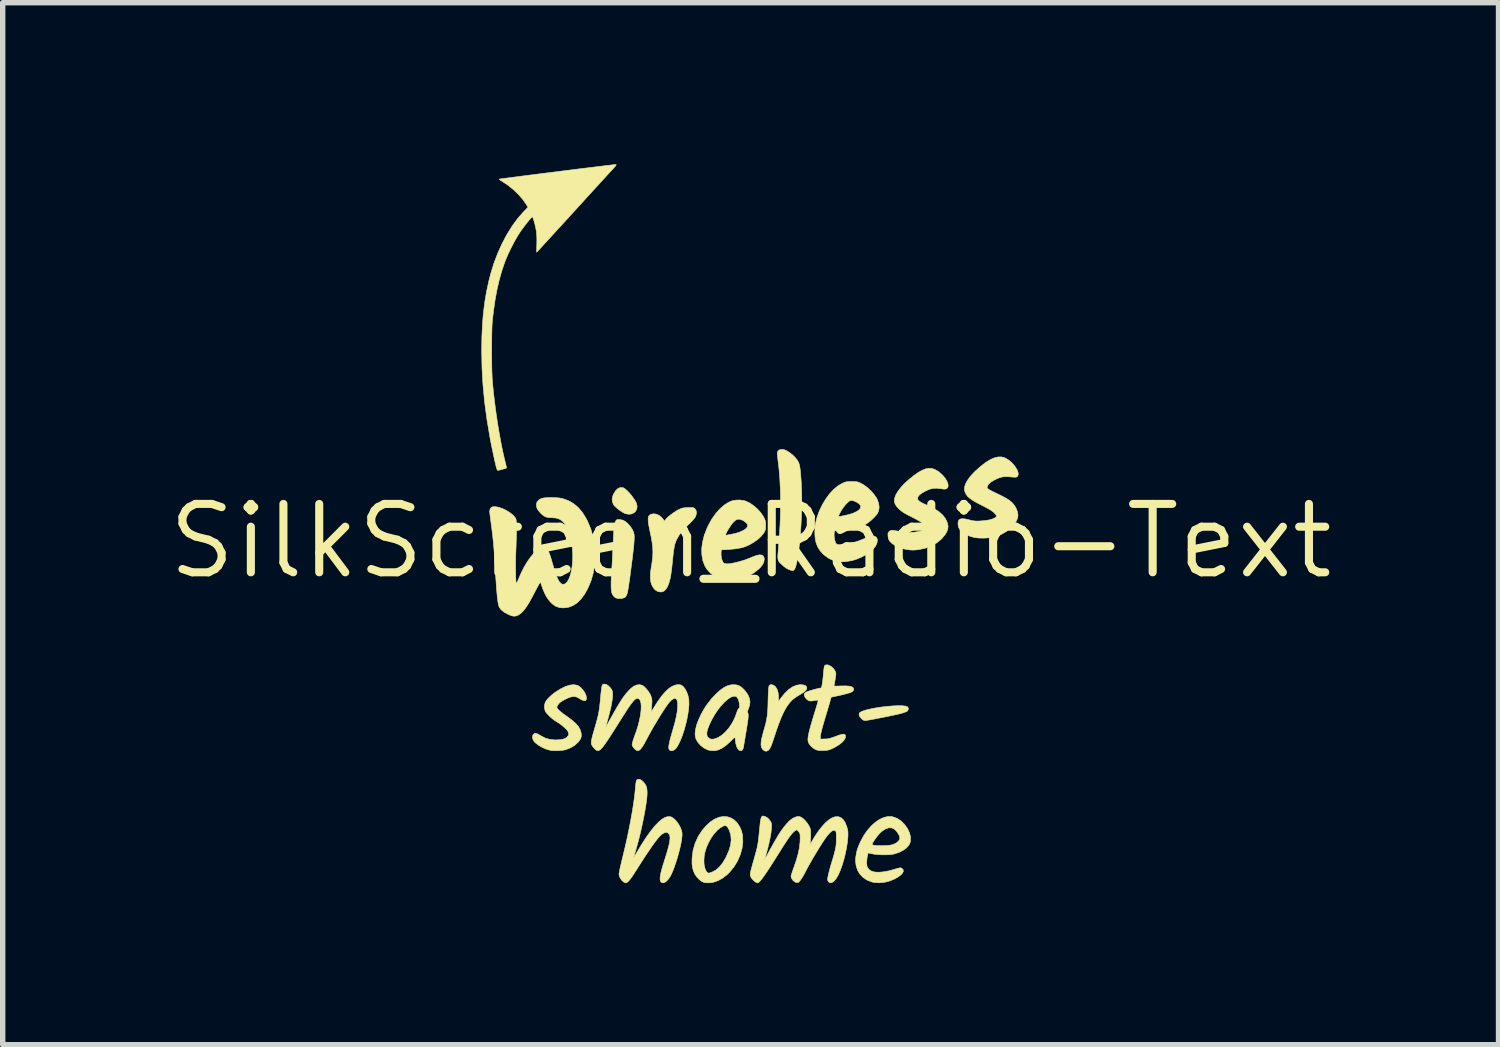
<source format=kicad_pcb>
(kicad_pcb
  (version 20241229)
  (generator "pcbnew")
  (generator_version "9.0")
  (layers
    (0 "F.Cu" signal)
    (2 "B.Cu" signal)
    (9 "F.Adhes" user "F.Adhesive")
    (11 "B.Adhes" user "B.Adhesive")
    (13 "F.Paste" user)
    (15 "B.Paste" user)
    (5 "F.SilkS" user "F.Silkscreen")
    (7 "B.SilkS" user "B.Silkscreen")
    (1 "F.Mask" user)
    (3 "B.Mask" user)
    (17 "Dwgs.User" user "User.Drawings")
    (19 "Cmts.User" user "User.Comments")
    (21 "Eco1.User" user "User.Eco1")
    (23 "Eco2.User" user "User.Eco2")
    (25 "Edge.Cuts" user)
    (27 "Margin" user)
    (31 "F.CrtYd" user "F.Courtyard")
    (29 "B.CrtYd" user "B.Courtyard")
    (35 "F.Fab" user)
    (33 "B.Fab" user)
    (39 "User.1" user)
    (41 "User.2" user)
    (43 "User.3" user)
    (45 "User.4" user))
  (footprint "SilkScreen_Radio-Text"
    (layer "F.Cu")
    (at 10.893 7.001)
    (property "Reference" "SilkScreen_Radio-Text" (at 0 0 0) (layer "F.SilkS") (effects (font (size 1.27 1.27) (thickness 0.15))))
    (attr board_only exclude_from_pos_files exclude_from_bom)
    (fp_poly (pts (xy -2.362 -0.989) (xy -2.33 -0.969) (xy -2.292 -0.935) (xy -2.25 -0.891) (xy -2.208 -0.841) (xy -2.17 -0.789) (xy -2.139 -0.74) (xy -2.122 -0.705) (xy -2.108 -0.651) (xy -2.113 -0.601) (xy -2.133 -0.558) (xy -2.167 -0.525) (xy -2.211 -0.504) (xy -2.262 -0.498) (xy -2.319 -0.508) (xy -2.339 -0.515) (xy -2.382 -0.538) (xy -2.43 -0.57) (xy -2.478 -0.607) (xy -2.518 -0.643) (xy -2.541 -0.669) (xy -2.566 -0.722) (xy -2.572 -0.781) (xy -2.558 -0.844) (xy -2.545 -0.874) (xy -2.51 -0.932) (xy -2.47 -0.972) (xy -2.427 -0.993) (xy -2.383 -0.995) (xy -2.362 -0.989)) (stroke (width 0.01) (type solid)) (fill yes) (layer "F.SilkS"))
    (fp_poly (pts (xy 2.816 3.059) (xy 2.868 3.064) (xy 2.905 3.074) (xy 2.916 3.08) (xy 2.93 3.103) (xy 2.928 3.132) (xy 2.913 3.157) (xy 2.894 3.168) (xy 2.861 3.181) (xy 2.822 3.195) (xy 2.82 3.195) (xy 2.788 3.204) (xy 2.74 3.215) (xy 2.68 3.228) (xy 2.611 3.243) (xy 2.537 3.259) (xy 2.46 3.274) (xy 2.384 3.289) (xy 2.312 3.303) (xy 2.247 3.315) (xy 2.193 3.325) (xy 2.153 3.331) (xy 2.13 3.334) (xy 2.129 3.334) (xy 2.098 3.328) (xy 2.067 3.307) (xy 2.058 3.298) (xy 2.026 3.259) (xy 2.014 3.225) (xy 2.02 3.196) (xy 2.031 3.184) (xy 2.064 3.165) (xy 2.113 3.147) (xy 2.176 3.13) (xy 2.25 3.113) (xy 2.331 3.098) (xy 2.417 3.085) (xy 2.505 3.074) (xy 2.592 3.066) (xy 2.675 3.06) (xy 2.75 3.058) (xy 2.816 3.059)) (stroke (width 0.01) (type solid)) (fill yes) (layer "F.SilkS"))
    (fp_poly (pts (xy 0.629 -1.696) (xy 0.678 -1.673) (xy 0.731 -1.639) (xy 0.783 -1.597) (xy 0.83 -1.55) (xy 0.869 -1.501) (xy 0.888 -1.468) (xy 0.898 -1.443) (xy 0.907 -1.412) (xy 0.915 -1.373) (xy 0.922 -1.324) (xy 0.928 -1.261) (xy 0.934 -1.183) (xy 0.941 -1.087) (xy 0.943 -1.053) (xy 0.948 -0.941) (xy 0.95 -0.822) (xy 0.95 -0.697) (xy 0.948 -0.568) (xy 0.943 -0.438) (xy 0.937 -0.308) (xy 0.929 -0.181) (xy 0.919 -0.057) (xy 0.907 0.06) (xy 0.895 0.169) (xy 0.881 0.267) (xy 0.866 0.354) (xy 0.851 0.426) (xy 0.835 0.483) (xy 0.818 0.521) (xy 0.809 0.534) (xy 0.794 0.546) (xy 0.776 0.549) (xy 0.751 0.543) (xy 0.728 0.535) (xy 0.688 0.518) (xy 0.65 0.495) (xy 0.608 0.462) (xy 0.578 0.435) (xy 0.548 0.406) (xy 0.527 0.381) (xy 0.514 0.354) (xy 0.507 0.323) (xy 0.506 0.283) (xy 0.509 0.229) (xy 0.514 0.175) (xy 0.533 -0.065) (xy 0.547 -0.303) (xy 0.555 -0.536) (xy 0.557 -0.76) (xy 0.552 -0.974) (xy 0.542 -1.174) (xy 0.526 -1.357) (xy 0.517 -1.429) (xy 0.51 -1.488) (xy 0.504 -1.543) (xy 0.499 -1.589) (xy 0.496 -1.621) (xy 0.496 -1.629) (xy 0.504 -1.667) (xy 0.529 -1.692) (xy 0.569 -1.703) (xy 0.587 -1.704) (xy 0.629 -1.696)) (stroke (width 0.01) (type solid)) (fill yes) (layer "F.SilkS"))
    (fp_poly (pts (xy -2.428 -0.4) (xy -2.371 -0.388) (xy -2.327 -0.364) (xy -2.282 -0.326) (xy -2.238 -0.276) (xy -2.2 -0.221) (xy -2.175 -0.169) (xy -2.173 -0.165) (xy -2.167 -0.141) (xy -2.163 -0.113) (xy -2.161 -0.079) (xy -2.162 -0.036) (xy -2.165 0.017) (xy -2.17 0.083) (xy -2.179 0.164) (xy -2.19 0.261) (xy -2.204 0.376) (xy -2.207 0.397) (xy -2.224 0.527) (xy -2.238 0.638) (xy -2.251 0.731) (xy -2.262 0.808) (xy -2.272 0.871) (xy -2.281 0.921) (xy -2.289 0.96) (xy -2.298 0.99) (xy -2.307 1.012) (xy -2.317 1.027) (xy -2.327 1.039) (xy -2.339 1.047) (xy -2.349 1.053) (xy -2.387 1.065) (xy -2.434 1.068) (xy -2.48 1.063) (xy -2.51 1.053) (xy -2.534 1.034) (xy -2.557 1.006) (xy -2.562 0.998) (xy -2.573 0.976) (xy -2.582 0.947) (xy -2.587 0.91) (xy -2.591 0.863) (xy -2.591 0.803) (xy -2.59 0.728) (xy -2.586 0.637) (xy -2.579 0.527) (xy -2.578 0.511) (xy -2.572 0.418) (xy -2.567 0.312) (xy -2.561 0.204) (xy -2.556 0.099) (xy -2.551 0.006) (xy -2.55 -0.016) (xy -2.546 -0.108) (xy -2.542 -0.181) (xy -2.538 -0.239) (xy -2.533 -0.283) (xy -2.527 -0.317) (xy -2.52 -0.342) (xy -2.511 -0.363) (xy -2.503 -0.377) (xy -2.49 -0.393) (xy -2.475 -0.4) (xy -2.451 -0.401) (xy -2.428 -0.4)) (stroke (width 0.01) (type solid)) (fill yes) (layer "F.SilkS"))
    (fp_poly (pts (xy 0.98 2.672) (xy 1.019 2.685) (xy 1.041 2.708) (xy 1.044 2.717) (xy 1.043 2.746) (xy 1.025 2.775) (xy 0.989 2.807) (xy 0.934 2.842) (xy 0.931 2.844) (xy 0.865 2.883) (xy 0.815 2.917) (xy 0.775 2.949) (xy 0.741 2.984) (xy 0.714 3.017) (xy 0.675 3.071) (xy 0.638 3.133) (xy 0.602 3.204) (xy 0.565 3.287) (xy 0.527 3.384) (xy 0.486 3.497) (xy 0.443 3.628) (xy 0.433 3.657) (xy 0.408 3.731) (xy 0.388 3.788) (xy 0.37 3.83) (xy 0.353 3.86) (xy 0.337 3.88) (xy 0.326 3.889) (xy 0.295 3.903) (xy 0.265 3.9) (xy 0.24 3.884) (xy 0.215 3.858) (xy 0.2 3.825) (xy 0.193 3.782) (xy 0.196 3.728) (xy 0.208 3.66) (xy 0.23 3.576) (xy 0.238 3.545) (xy 0.263 3.458) (xy 0.283 3.383) (xy 0.297 3.316) (xy 0.308 3.252) (xy 0.315 3.184) (xy 0.32 3.109) (xy 0.323 3.02) (xy 0.324 2.969) (xy 0.326 2.897) (xy 0.329 2.832) (xy 0.332 2.775) (xy 0.335 2.731) (xy 0.339 2.703) (xy 0.341 2.696) (xy 0.353 2.675) (xy 0.375 2.667) (xy 0.386 2.667) (xy 0.427 2.677) (xy 0.462 2.705) (xy 0.49 2.749) (xy 0.509 2.806) (xy 0.518 2.874) (xy 0.518 2.893) (xy 0.519 2.976) (xy 0.568 2.909) (xy 0.639 2.823) (xy 0.711 2.755) (xy 0.783 2.706) (xy 0.855 2.677) (xy 0.922 2.667) (xy 0.98 2.672)) (stroke (width 0.01) (type solid)) (fill yes) (layer "F.SilkS"))
    (fp_poly (pts (xy -0.423 5.123) (xy -0.363 5.144) (xy -0.303 5.181) (xy -0.249 5.235) (xy -0.204 5.302) (xy -0.17 5.38) (xy -0.15 5.462) (xy -0.149 5.472) (xy -0.144 5.59) (xy -0.159 5.71) (xy -0.193 5.829) (xy -0.243 5.945) (xy -0.31 6.053) (xy -0.392 6.153) (xy -0.433 6.193) (xy -0.509 6.254) (xy -0.591 6.301) (xy -0.674 6.333) (xy -0.755 6.348) (xy -0.833 6.347) (xy -0.877 6.337) (xy -0.917 6.316) (xy -0.96 6.281) (xy -1 6.238) (xy -1.033 6.191) (xy -1.04 6.177) (xy -1.065 6.12) (xy -1.08 6.062) (xy -1.088 5.998) (xy -1.088 5.93) (xy -0.867 5.93) (xy -0.864 6.003) (xy -0.852 6.068) (xy -0.832 6.119) (xy -0.814 6.145) (xy -0.799 6.16) (xy -0.786 6.167) (xy -0.77 6.167) (xy -0.745 6.159) (xy -0.713 6.147) (xy -0.645 6.111) (xy -0.58 6.054) (xy -0.518 5.977) (xy -0.461 5.881) (xy -0.452 5.863) (xy -0.403 5.751) (xy -0.372 5.647) (xy -0.361 5.551) (xy -0.368 5.462) (xy -0.393 5.379) (xy -0.402 5.36) (xy -0.425 5.317) (xy -0.447 5.293) (xy -0.47 5.285) (xy -0.498 5.29) (xy -0.503 5.292) (xy -0.561 5.324) (xy -0.62 5.373) (xy -0.678 5.437) (xy -0.732 5.513) (xy -0.779 5.597) (xy -0.819 5.686) (xy -0.847 5.775) (xy -0.862 5.853) (xy -0.867 5.93) (xy -1.088 5.93) (xy -1.088 5.923) (xy -1.087 5.89) (xy -1.07 5.751) (xy -1.032 5.617) (xy -0.976 5.492) (xy -0.901 5.376) (xy -0.83 5.293) (xy -0.748 5.217) (xy -0.666 5.163) (xy -0.585 5.129) (xy -0.503 5.116) (xy -0.423 5.123)) (stroke (width 0.01) (type solid)) (fill yes) (layer "F.SilkS"))
    (fp_poly (pts (xy -1.084 -0.624) (xy -1.063 -0.621) (xy -1.049 -0.614) (xy -1.035 -0.602) (xy -1.033 -0.6) (xy -1.01 -0.563) (xy -1.005 -0.518) (xy -1.017 -0.469) (xy -1.031 -0.44) (xy -1.049 -0.417) (xy -1.078 -0.383) (xy -1.116 -0.344) (xy -1.157 -0.304) (xy -1.163 -0.299) (xy -1.255 -0.204) (xy -1.327 -0.111) (xy -1.379 -0.019) (xy -1.392 0.015) (xy -1.404 0.049) (xy -1.414 0.087) (xy -1.422 0.133) (xy -1.431 0.188) (xy -1.439 0.256) (xy -1.448 0.34) (xy -1.455 0.413) (xy -1.462 0.481) (xy -1.471 0.551) (xy -1.48 0.616) (xy -1.489 0.67) (xy -1.492 0.687) (xy -1.516 0.778) (xy -1.545 0.85) (xy -1.58 0.903) (xy -1.62 0.935) (xy -1.665 0.947) (xy -1.716 0.939) (xy -1.731 0.932) (xy -1.771 0.908) (xy -1.804 0.871) (xy -1.834 0.818) (xy -1.841 0.802) (xy -1.855 0.754) (xy -1.862 0.69) (xy -1.861 0.614) (xy -1.852 0.529) (xy -1.847 0.497) (xy -1.83 0.391) (xy -1.819 0.297) (xy -1.815 0.208) (xy -1.818 0.121) (xy -1.829 0.029) (xy -1.846 -0.072) (xy -1.868 -0.176) (xy -1.886 -0.265) (xy -1.898 -0.335) (xy -1.903 -0.39) (xy -1.902 -0.432) (xy -1.893 -0.462) (xy -1.877 -0.483) (xy -1.856 -0.496) (xy -1.807 -0.507) (xy -1.754 -0.501) (xy -1.702 -0.479) (xy -1.655 -0.443) (xy -1.619 -0.398) (xy -1.6 -0.368) (xy -1.581 -0.397) (xy -1.558 -0.425) (xy -1.521 -0.458) (xy -1.475 -0.495) (xy -1.425 -0.531) (xy -1.375 -0.563) (xy -1.337 -0.584) (xy -1.3 -0.601) (xy -1.268 -0.612) (xy -1.233 -0.618) (xy -1.188 -0.622) (xy -1.163 -0.623) (xy -1.115 -0.624) (xy -1.084 -0.624)) (stroke (width 0.01) (type solid)) (fill yes) (layer "F.SilkS"))
    (fp_poly (pts (xy -3.226 2.677) (xy -3.194 2.691) (xy -3.152 2.724) (xy -3.112 2.768) (xy -3.079 2.818) (xy -3.057 2.869) (xy -3.048 2.914) (xy -3.048 2.915) (xy -3.053 2.947) (xy -3.068 2.964) (xy -3.095 2.965) (xy -3.134 2.951) (xy -3.186 2.921) (xy -3.188 2.919) (xy -3.232 2.896) (xy -3.276 2.887) (xy -3.323 2.891) (xy -3.378 2.909) (xy -3.415 2.925) (xy -3.458 2.947) (xy -3.498 2.969) (xy -3.527 2.988) (xy -3.532 2.991) (xy -3.56 3.017) (xy -3.583 3.049) (xy -3.597 3.078) (xy -3.598 3.089) (xy -3.589 3.11) (xy -3.564 3.139) (xy -3.523 3.175) (xy -3.468 3.217) (xy -3.406 3.261) (xy -3.317 3.327) (xy -3.248 3.388) (xy -3.197 3.448) (xy -3.164 3.508) (xy -3.148 3.565) (xy -3.144 3.618) (xy -3.154 3.663) (xy -3.18 3.707) (xy -3.207 3.739) (xy -3.274 3.798) (xy -3.355 3.845) (xy -3.444 3.878) (xy -3.445 3.878) (xy -3.484 3.885) (xy -3.536 3.89) (xy -3.593 3.893) (xy -3.649 3.893) (xy -3.696 3.891) (xy -3.72 3.887) (xy -3.797 3.865) (xy -3.872 3.832) (xy -3.94 3.793) (xy -3.996 3.749) (xy -4.027 3.715) (xy -4.048 3.673) (xy -4.052 3.632) (xy -4.04 3.597) (xy -4.031 3.587) (xy -4.012 3.573) (xy -3.99 3.571) (xy -3.96 3.58) (xy -3.919 3.603) (xy -3.901 3.614) (xy -3.816 3.659) (xy -3.727 3.685) (xy -3.63 3.694) (xy -3.625 3.694) (xy -3.546 3.69) (xy -3.485 3.68) (xy -3.438 3.662) (xy -3.408 3.64) (xy -3.383 3.608) (xy -3.378 3.574) (xy -3.393 3.536) (xy -3.4 3.523) (xy -3.427 3.492) (xy -3.467 3.455) (xy -3.515 3.415) (xy -3.566 3.378) (xy -3.607 3.353) (xy -3.65 3.325) (xy -3.696 3.289) (xy -3.74 3.249) (xy -3.778 3.209) (xy -3.806 3.175) (xy -3.814 3.16) (xy -3.829 3.108) (xy -3.829 3.051) (xy -3.816 3) (xy -3.792 2.959) (xy -3.752 2.913) (xy -3.7 2.864) (xy -3.64 2.816) (xy -3.625 2.805) (xy -3.528 2.745) (xy -3.44 2.701) (xy -3.359 2.676) (xy -3.288 2.667) (xy -3.226 2.677)) (stroke (width 0.01) (type solid)) (fill yes) (layer "F.SilkS"))
    (fp_poly (pts (xy 2.619 5.117) (xy 2.638 5.121) (xy 2.72 5.15) (xy 2.795 5.199) (xy 2.859 5.263) (xy 2.916 5.342) (xy 2.953 5.421) (xy 2.971 5.499) (xy 2.969 5.573) (xy 2.964 5.597) (xy 2.94 5.649) (xy 2.897 5.697) (xy 2.838 5.741) (xy 2.766 5.779) (xy 2.684 5.807) (xy 2.645 5.817) (xy 2.588 5.825) (xy 2.516 5.828) (xy 2.438 5.828) (xy 2.358 5.823) (xy 2.284 5.814) (xy 2.248 5.807) (xy 2.183 5.793) (xy 2.169 5.852) (xy 2.162 5.897) (xy 2.157 5.949) (xy 2.156 5.977) (xy 2.16 6.03) (xy 2.175 6.07) (xy 2.205 6.104) (xy 2.224 6.12) (xy 2.266 6.139) (xy 2.323 6.15) (xy 2.395 6.151) (xy 2.477 6.143) (xy 2.567 6.126) (xy 2.658 6.101) (xy 2.711 6.085) (xy 2.747 6.075) (xy 2.772 6.07) (xy 2.788 6.07) (xy 2.801 6.074) (xy 2.81 6.079) (xy 2.833 6.104) (xy 2.837 6.133) (xy 2.822 6.167) (xy 2.789 6.203) (xy 2.739 6.24) (xy 2.688 6.27) (xy 2.591 6.312) (xy 2.491 6.338) (xy 2.391 6.348) (xy 2.297 6.342) (xy 2.255 6.333) (xy 2.166 6.299) (xy 2.091 6.25) (xy 2.03 6.187) (xy 1.986 6.112) (xy 1.959 6.027) (xy 1.949 5.933) (xy 1.952 5.884) (xy 1.963 5.809) (xy 1.979 5.739) (xy 2.005 5.666) (xy 2.019 5.634) (xy 2.257 5.634) (xy 2.272 5.646) (xy 2.307 5.653) (xy 2.362 5.657) (xy 2.438 5.658) (xy 2.471 5.657) (xy 2.535 5.655) (xy 2.583 5.65) (xy 2.621 5.643) (xy 2.656 5.632) (xy 2.659 5.631) (xy 2.708 5.606) (xy 2.746 5.575) (xy 2.768 5.541) (xy 2.773 5.518) (xy 2.768 5.49) (xy 2.756 5.459) (xy 2.755 5.458) (xy 2.715 5.394) (xy 2.67 5.35) (xy 2.621 5.328) (xy 2.568 5.326) (xy 2.51 5.344) (xy 2.449 5.384) (xy 2.411 5.416) (xy 2.384 5.445) (xy 2.354 5.481) (xy 2.323 5.52) (xy 2.296 5.56) (xy 2.274 5.595) (xy 2.26 5.621) (xy 2.257 5.634) (xy 2.019 5.634) (xy 2.041 5.585) (xy 2.048 5.571) (xy 2.105 5.466) (xy 2.17 5.373) (xy 2.241 5.292) (xy 2.316 5.224) (xy 2.392 5.172) (xy 2.47 5.136) (xy 2.546 5.117) (xy 2.619 5.117)) (stroke (width 0.01) (type solid)) (fill yes) (layer "F.SilkS"))
    (fp_poly (pts (xy 4.664 -1.563) (xy 4.725 -1.546) (xy 4.735 -1.541) (xy 4.789 -1.508) (xy 4.84 -1.468) (xy 4.885 -1.421) (xy 4.922 -1.372) (xy 4.951 -1.323) (xy 4.968 -1.278) (xy 4.972 -1.238) (xy 4.961 -1.206) (xy 4.956 -1.201) (xy 4.944 -1.192) (xy 4.928 -1.187) (xy 4.902 -1.187) (xy 4.861 -1.189) (xy 4.848 -1.191) (xy 4.78 -1.196) (xy 4.727 -1.197) (xy 4.683 -1.193) (xy 4.643 -1.183) (xy 4.6 -1.168) (xy 4.589 -1.164) (xy 4.515 -1.128) (xy 4.46 -1.093) (xy 4.422 -1.056) (xy 4.408 -1.035) (xy 4.399 -1.018) (xy 4.394 -1.003) (xy 4.395 -0.99) (xy 4.403 -0.977) (xy 4.421 -0.963) (xy 4.45 -0.945) (xy 4.492 -0.923) (xy 4.549 -0.895) (xy 4.623 -0.859) (xy 4.636 -0.854) (xy 4.722 -0.809) (xy 4.791 -0.768) (xy 4.845 -0.726) (xy 4.887 -0.681) (xy 4.921 -0.631) (xy 4.934 -0.606) (xy 4.959 -0.54) (xy 4.967 -0.478) (xy 4.957 -0.419) (xy 4.929 -0.359) (xy 4.881 -0.296) (xy 4.844 -0.256) (xy 4.756 -0.182) (xy 4.659 -0.125) (xy 4.567 -0.088) (xy 4.493 -0.07) (xy 4.407 -0.059) (xy 4.318 -0.055) (xy 4.231 -0.057) (xy 4.155 -0.068) (xy 4.131 -0.073) (xy 4.069 -0.092) (xy 4.019 -0.113) (xy 3.972 -0.14) (xy 3.936 -0.165) (xy 3.888 -0.21) (xy 3.861 -0.26) (xy 3.852 -0.317) (xy 3.856 -0.361) (xy 3.87 -0.392) (xy 3.895 -0.41) (xy 3.934 -0.416) (xy 3.987 -0.411) (xy 4.054 -0.396) (xy 4.108 -0.382) (xy 4.151 -0.375) (xy 4.192 -0.371) (xy 4.239 -0.372) (xy 4.275 -0.374) (xy 4.362 -0.382) (xy 4.436 -0.394) (xy 4.496 -0.411) (xy 4.54 -0.432) (xy 4.566 -0.456) (xy 4.57 -0.464) (xy 4.565 -0.478) (xy 4.548 -0.501) (xy 4.523 -0.527) (xy 4.493 -0.552) (xy 4.453 -0.579) (xy 4.399 -0.61) (xy 4.33 -0.647) (xy 4.296 -0.664) (xy 4.204 -0.711) (xy 4.131 -0.753) (xy 4.075 -0.792) (xy 4.032 -0.83) (xy 4.003 -0.868) (xy 3.984 -0.908) (xy 3.973 -0.949) (xy 3.975 -1.004) (xy 3.995 -1.067) (xy 4.033 -1.135) (xy 4.087 -1.208) (xy 4.158 -1.284) (xy 4.177 -1.302) (xy 4.277 -1.391) (xy 4.368 -1.461) (xy 4.452 -1.513) (xy 4.528 -1.547) (xy 4.599 -1.563) (xy 4.664 -1.563)) (stroke (width 0.01) (type solid)) (fill yes) (layer "F.SilkS"))
    (fp_poly (pts (xy -0.26 2.672) (xy -0.213 2.688) (xy -0.21 2.689) (xy -0.161 2.722) (xy -0.112 2.77) (xy -0.068 2.827) (xy -0.042 2.872) (xy -0.018 2.933) (xy -0.011 2.992) (xy -0.02 3.055) (xy -0.038 3.108) (xy -0.053 3.149) (xy -0.058 3.175) (xy -0.054 3.188) (xy -0.054 3.189) (xy -0.047 3.202) (xy -0.044 3.225) (xy -0.044 3.26) (xy -0.048 3.308) (xy -0.057 3.373) (xy -0.07 3.456) (xy -0.075 3.484) (xy -0.086 3.554) (xy -0.098 3.624) (xy -0.109 3.689) (xy -0.118 3.743) (xy -0.123 3.772) (xy -0.132 3.826) (xy -0.142 3.861) (xy -0.153 3.882) (xy -0.168 3.892) (xy -0.185 3.895) (xy -0.214 3.885) (xy -0.24 3.856) (xy -0.261 3.811) (xy -0.276 3.754) (xy -0.282 3.709) (xy -0.286 3.674) (xy -0.29 3.649) (xy -0.292 3.641) (xy -0.3 3.648) (xy -0.32 3.667) (xy -0.349 3.695) (xy -0.383 3.729) (xy -0.461 3.799) (xy -0.535 3.849) (xy -0.605 3.881) (xy -0.674 3.894) (xy -0.692 3.894) (xy -0.735 3.891) (xy -0.776 3.884) (xy -0.796 3.879) (xy -0.862 3.846) (xy -0.923 3.8) (xy -0.974 3.745) (xy -1.01 3.686) (xy -1.022 3.654) (xy -1.031 3.593) (xy -0.813 3.593) (xy -0.803 3.63) (xy -0.798 3.639) (xy -0.765 3.669) (xy -0.722 3.681) (xy -0.669 3.675) (xy -0.607 3.651) (xy -0.533 3.605) (xy -0.463 3.541) (xy -0.397 3.463) (xy -0.339 3.375) (xy -0.292 3.281) (xy -0.259 3.19) (xy -0.246 3.153) (xy -0.231 3.123) (xy -0.22 3.109) (xy -0.209 3.098) (xy -0.204 3.084) (xy -0.204 3.063) (xy -0.208 3.028) (xy -0.21 3.014) (xy -0.223 2.952) (xy -0.244 2.91) (xy -0.271 2.886) (xy -0.307 2.881) (xy -0.352 2.894) (xy -0.366 2.9) (xy -0.423 2.936) (xy -0.483 2.989) (xy -0.546 3.056) (xy -0.608 3.134) (xy -0.666 3.221) (xy -0.719 3.314) (xy -0.724 3.323) (xy -0.767 3.412) (xy -0.795 3.485) (xy -0.811 3.546) (xy -0.813 3.593) (xy -1.031 3.593) (xy -1.032 3.591) (xy -1.026 3.516) (xy -1.006 3.429) (xy -0.985 3.365) (xy -0.917 3.211) (xy -0.831 3.065) (xy -0.727 2.929) (xy -0.638 2.836) (xy -0.564 2.769) (xy -0.495 2.72) (xy -0.431 2.688) (xy -0.367 2.671) (xy -0.32 2.667) (xy -0.26 2.672)) (stroke (width 0.01) (type solid)) (fill yes) (layer "F.SilkS"))
    (fp_poly (pts (xy 3.371 -1.348) (xy 3.423 -1.33) (xy 3.478 -1.299) (xy 3.529 -1.26) (xy 3.575 -1.215) (xy 3.614 -1.167) (xy 3.644 -1.119) (xy 3.663 -1.073) (xy 3.67 -1.032) (xy 3.664 -0.999) (xy 3.645 -0.978) (xy 3.63 -0.969) (xy 3.613 -0.965) (xy 3.588 -0.966) (xy 3.551 -0.97) (xy 3.53 -0.974) (xy 3.457 -0.982) (xy 3.395 -0.98) (xy 3.336 -0.966) (xy 3.272 -0.941) (xy 3.254 -0.932) (xy 3.187 -0.895) (xy 3.139 -0.86) (xy 3.112 -0.827) (xy 3.103 -0.794) (xy 3.103 -0.79) (xy 3.107 -0.771) (xy 3.118 -0.754) (xy 3.138 -0.737) (xy 3.169 -0.718) (xy 3.214 -0.695) (xy 3.276 -0.667) (xy 3.301 -0.656) (xy 3.409 -0.603) (xy 3.497 -0.547) (xy 3.566 -0.486) (xy 3.617 -0.421) (xy 3.652 -0.349) (xy 3.658 -0.33) (xy 3.668 -0.274) (xy 3.663 -0.222) (xy 3.642 -0.168) (xy 3.612 -0.118) (xy 3.544 -0.037) (xy 3.46 0.032) (xy 3.363 0.088) (xy 3.254 0.13) (xy 3.136 0.156) (xy 3.118 0.159) (xy 3.063 0.165) (xy 3.02 0.167) (xy 2.979 0.166) (xy 2.932 0.161) (xy 2.902 0.157) (xy 2.828 0.141) (xy 2.754 0.116) (xy 2.686 0.083) (xy 2.629 0.046) (xy 2.588 0.007) (xy 2.586 0.004) (xy 2.565 -0.031) (xy 2.555 -0.072) (xy 2.553 -0.094) (xy 2.551 -0.129) (xy 2.555 -0.152) (xy 2.566 -0.169) (xy 2.576 -0.179) (xy 2.594 -0.193) (xy 2.615 -0.2) (xy 2.644 -0.199) (xy 2.659 -0.198) (xy 2.703 -0.191) (xy 2.752 -0.18) (xy 2.772 -0.175) (xy 2.826 -0.164) (xy 2.889 -0.159) (xy 2.956 -0.159) (xy 3.024 -0.163) (xy 3.09 -0.172) (xy 3.151 -0.184) (xy 3.202 -0.199) (xy 3.241 -0.217) (xy 3.264 -0.237) (xy 3.269 -0.247) (xy 3.262 -0.272) (xy 3.236 -0.302) (xy 3.189 -0.339) (xy 3.122 -0.38) (xy 3.034 -0.427) (xy 2.999 -0.445) (xy 2.932 -0.479) (xy 2.879 -0.507) (xy 2.839 -0.531) (xy 2.807 -0.553) (xy 2.779 -0.576) (xy 2.755 -0.598) (xy 2.71 -0.647) (xy 2.683 -0.692) (xy 2.671 -0.737) (xy 2.674 -0.787) (xy 2.678 -0.806) (xy 2.701 -0.865) (xy 2.741 -0.931) (xy 2.797 -1.003) (xy 2.867 -1.077) (xy 2.951 -1.152) (xy 3.027 -1.213) (xy 3.111 -1.273) (xy 3.186 -1.315) (xy 3.252 -1.342) (xy 3.313 -1.352) (xy 3.371 -1.348)) (stroke (width 0.01) (type solid)) (fill yes) (layer "F.SilkS"))
    (fp_poly (pts (xy -0.123 -0.752) (xy -0.092 -0.743) (xy -0.018 -0.708) (xy 0.057 -0.657) (xy 0.128 -0.595) (xy 0.191 -0.525) (xy 0.24 -0.452) (xy 0.246 -0.44) (xy 0.264 -0.403) (xy 0.274 -0.372) (xy 0.279 -0.337) (xy 0.28 -0.291) (xy 0.28 -0.247) (xy 0.276 -0.216) (xy 0.268 -0.191) (xy 0.253 -0.163) (xy 0.244 -0.149) (xy 0.199 -0.092) (xy 0.137 -0.035) (xy 0.064 0.018) (xy -0.016 0.065) (xy -0.097 0.102) (xy -0.119 0.11) (xy -0.194 0.129) (xy -0.29 0.145) (xy -0.407 0.156) (xy -0.429 0.157) (xy -0.545 0.164) (xy -0.548 0.215) (xy -0.548 0.267) (xy -0.54 0.319) (xy -0.527 0.364) (xy -0.51 0.397) (xy -0.507 0.401) (xy -0.486 0.415) (xy -0.455 0.422) (xy -0.411 0.422) (xy -0.352 0.414) (xy -0.291 0.402) (xy -0.196 0.378) (xy -0.105 0.35) (xy -0.008 0.313) (xy 0.041 0.292) (xy 0.112 0.266) (xy 0.168 0.255) (xy 0.21 0.26) (xy 0.238 0.28) (xy 0.252 0.316) (xy 0.254 0.339) (xy 0.246 0.389) (xy 0.222 0.439) (xy 0.18 0.491) (xy 0.151 0.519) (xy 0.061 0.59) (xy -0.04 0.647) (xy -0.148 0.689) (xy -0.201 0.705) (xy -0.248 0.716) (xy -0.296 0.722) (xy -0.355 0.725) (xy -0.37 0.726) (xy -0.424 0.726) (xy -0.473 0.725) (xy -0.513 0.722) (xy -0.533 0.719) (xy -0.607 0.692) (xy -0.681 0.648) (xy -0.749 0.592) (xy -0.808 0.528) (xy -0.85 0.461) (xy -0.85 0.461) (xy -0.887 0.362) (xy -0.906 0.253) (xy -0.908 0.136) (xy -0.891 0.013) (xy -0.859 -0.112) (xy -0.463 -0.112) (xy -0.452 -0.109) (xy -0.443 -0.11) (xy -0.419 -0.115) (xy -0.383 -0.122) (xy -0.355 -0.127) (xy -0.269 -0.146) (xy -0.196 -0.17) (xy -0.135 -0.198) (xy -0.09 -0.228) (xy -0.062 -0.259) (xy -0.053 -0.289) (xy -0.062 -0.316) (xy -0.088 -0.346) (xy -0.126 -0.374) (xy -0.172 -0.397) (xy -0.173 -0.397) (xy -0.214 -0.407) (xy -0.249 -0.404) (xy -0.283 -0.385) (xy -0.321 -0.349) (xy -0.33 -0.34) (xy -0.358 -0.304) (xy -0.388 -0.261) (xy -0.417 -0.214) (xy -0.442 -0.171) (xy -0.458 -0.136) (xy -0.46 -0.129) (xy -0.463 -0.112) (xy -0.859 -0.112) (xy -0.857 -0.116) (xy -0.806 -0.247) (xy -0.78 -0.302) (xy -0.718 -0.413) (xy -0.647 -0.512) (xy -0.571 -0.598) (xy -0.491 -0.668) (xy -0.41 -0.72) (xy -0.347 -0.747) (xy -0.276 -0.761) (xy -0.199 -0.763) (xy -0.123 -0.752)) (stroke (width 0.01) (type solid)) (fill yes) (layer "F.SilkS"))
    (fp_poly (pts (xy -2.059 4.426) (xy -2.024 4.444) (xy -2.001 4.465) (xy -1.966 4.505) (xy -1.943 4.543) (xy -1.929 4.585) (xy -1.923 4.638) (xy -1.922 4.694) (xy -1.926 4.759) (xy -1.936 4.842) (xy -1.95 4.938) (xy -1.969 5.046) (xy -1.991 5.161) (xy -2.016 5.281) (xy -2.044 5.404) (xy -2.073 5.524) (xy -2.104 5.641) (xy -2.135 5.75) (xy -2.165 5.848) (xy -2.175 5.879) (xy -2.173 5.878) (xy -2.162 5.862) (xy -2.144 5.833) (xy -2.12 5.793) (xy -2.112 5.78) (xy -2.02 5.628) (xy -1.934 5.496) (xy -1.853 5.384) (xy -1.779 5.292) (xy -1.709 5.22) (xy -1.646 5.166) (xy -1.587 5.132) (xy -1.534 5.117) (xy -1.485 5.121) (xy -1.466 5.128) (xy -1.421 5.159) (xy -1.376 5.206) (xy -1.335 5.263) (xy -1.302 5.325) (xy -1.28 5.387) (xy -1.273 5.424) (xy -1.273 5.473) (xy -1.28 5.537) (xy -1.293 5.614) (xy -1.312 5.7) (xy -1.335 5.791) (xy -1.361 5.884) (xy -1.39 5.975) (xy -1.42 6.062) (xy -1.45 6.14) (xy -1.48 6.205) (xy -1.494 6.23) (xy -1.524 6.276) (xy -1.558 6.313) (xy -1.592 6.339) (xy -1.622 6.35) (xy -1.624 6.35) (xy -1.652 6.344) (xy -1.671 6.326) (xy -1.681 6.294) (xy -1.681 6.248) (xy -1.672 6.187) (xy -1.653 6.109) (xy -1.625 6.013) (xy -1.616 5.985) (xy -1.58 5.87) (xy -1.55 5.773) (xy -1.528 5.692) (xy -1.512 5.626) (xy -1.502 5.572) (xy -1.497 5.529) (xy -1.498 5.494) (xy -1.503 5.466) (xy -1.507 5.457) (xy -1.529 5.424) (xy -1.559 5.411) (xy -1.595 5.415) (xy -1.638 5.439) (xy -1.686 5.481) (xy -1.7 5.497) (xy -1.736 5.539) (xy -1.779 5.595) (xy -1.829 5.664) (xy -1.886 5.748) (xy -1.953 5.847) (xy -2.028 5.963) (xy -2.112 6.095) (xy -2.179 6.2) (xy -2.215 6.253) (xy -2.25 6.297) (xy -2.281 6.33) (xy -2.306 6.347) (xy -2.317 6.35) (xy -2.338 6.344) (xy -2.358 6.333) (xy -2.396 6.298) (xy -2.425 6.255) (xy -2.442 6.209) (xy -2.445 6.187) (xy -2.442 6.165) (xy -2.435 6.127) (xy -2.424 6.073) (xy -2.409 6.009) (xy -2.392 5.936) (xy -2.373 5.859) (xy -2.37 5.847) (xy -2.33 5.68) (xy -2.292 5.511) (xy -2.257 5.342) (xy -2.225 5.178) (xy -2.197 5.021) (xy -2.174 4.873) (xy -2.155 4.739) (xy -2.143 4.62) (xy -2.14 4.581) (xy -2.135 4.525) (xy -2.128 4.48) (xy -2.122 4.45) (xy -2.117 4.44) (xy -2.092 4.424) (xy -2.059 4.426)) (stroke (width 0.01) (type solid)) (fill yes) (layer "F.SilkS"))
    (fp_poly (pts (xy 1.928 -1.105) (xy 1.964 -1.103) (xy 1.993 -1.097) (xy 2.021 -1.087) (xy 2.057 -1.07) (xy 2.058 -1.069) (xy 2.121 -1.031) (xy 2.185 -0.981) (xy 2.246 -0.922) (xy 2.299 -0.859) (xy 2.34 -0.799) (xy 2.351 -0.778) (xy 2.379 -0.699) (xy 2.388 -0.626) (xy 2.377 -0.559) (xy 2.358 -0.517) (xy 2.328 -0.476) (xy 2.285 -0.43) (xy 2.234 -0.382) (xy 2.179 -0.339) (xy 2.134 -0.308) (xy 2.04 -0.262) (xy 1.931 -0.226) (xy 1.812 -0.203) (xy 1.686 -0.191) (xy 1.644 -0.191) (xy 1.559 -0.191) (xy 1.553 -0.151) (xy 1.551 -0.106) (xy 1.556 -0.056) (xy 1.565 -0.009) (xy 1.578 0.029) (xy 1.586 0.042) (xy 1.597 0.055) (xy 1.611 0.063) (xy 1.632 0.067) (xy 1.666 0.068) (xy 1.689 0.067) (xy 1.781 0.058) (xy 1.886 0.035) (xy 2.002 -0.001) (xy 2.105 -0.042) (xy 2.173 -0.069) (xy 2.225 -0.086) (xy 2.265 -0.093) (xy 2.296 -0.092) (xy 2.321 -0.082) (xy 2.33 -0.075) (xy 2.35 -0.046) (xy 2.355 -0.006) (xy 2.346 0.041) (xy 2.323 0.09) (xy 2.322 0.092) (xy 2.278 0.148) (xy 2.216 0.202) (xy 2.142 0.253) (xy 2.06 0.298) (xy 1.972 0.335) (xy 1.884 0.362) (xy 1.8 0.376) (xy 1.762 0.38) (xy 1.729 0.384) (xy 1.714 0.385) (xy 1.69 0.385) (xy 1.653 0.383) (xy 1.621 0.38) (xy 1.533 0.359) (xy 1.447 0.318) (xy 1.367 0.259) (xy 1.35 0.244) (xy 1.291 0.179) (xy 1.248 0.112) (xy 1.218 0.036) (xy 1.211 0.009) (xy 1.2 -0.049) (xy 1.194 -0.121) (xy 1.194 -0.198) (xy 1.198 -0.272) (xy 1.205 -0.326) (xy 1.235 -0.445) (xy 1.241 -0.461) (xy 1.635 -0.461) (xy 1.643 -0.457) (xy 1.661 -0.458) (xy 1.693 -0.464) (xy 1.742 -0.474) (xy 1.748 -0.475) (xy 1.84 -0.497) (xy 1.916 -0.523) (xy 1.976 -0.552) (xy 2.018 -0.582) (xy 2.041 -0.614) (xy 2.045 -0.648) (xy 2.041 -0.662) (xy 2.019 -0.689) (xy 1.984 -0.715) (xy 1.941 -0.737) (xy 1.898 -0.751) (xy 1.861 -0.755) (xy 1.857 -0.754) (xy 1.831 -0.741) (xy 1.799 -0.713) (xy 1.762 -0.674) (xy 1.725 -0.628) (xy 1.691 -0.578) (xy 1.662 -0.528) (xy 1.641 -0.484) (xy 1.636 -0.47) (xy 1.635 -0.461) (xy 1.241 -0.461) (xy 1.278 -0.562) (xy 1.332 -0.675) (xy 1.395 -0.78) (xy 1.465 -0.876) (xy 1.541 -0.958) (xy 1.62 -1.024) (xy 1.689 -1.065) (xy 1.728 -1.084) (xy 1.759 -1.096) (xy 1.787 -1.102) (xy 1.821 -1.105) (xy 1.868 -1.106) (xy 1.878 -1.106) (xy 1.928 -1.105)) (stroke (width 0.01) (type solid)) (fill yes) (layer "F.SilkS"))
    (fp_poly (pts (xy 1.432 2.3) (xy 1.469 2.313) (xy 1.507 2.337) (xy 1.54 2.369) (xy 1.566 2.407) (xy 1.567 2.409) (xy 1.577 2.431) (xy 1.583 2.449) (xy 1.585 2.469) (xy 1.582 2.497) (xy 1.576 2.537) (xy 1.572 2.563) (xy 1.564 2.609) (xy 1.557 2.648) (xy 1.551 2.675) (xy 1.549 2.684) (xy 1.55 2.689) (xy 1.563 2.693) (xy 1.588 2.694) (xy 1.63 2.693) (xy 1.68 2.691) (xy 1.763 2.69) (xy 1.827 2.694) (xy 1.873 2.704) (xy 1.901 2.72) (xy 1.913 2.742) (xy 1.912 2.766) (xy 1.905 2.78) (xy 1.893 2.793) (xy 1.872 2.805) (xy 1.841 2.818) (xy 1.798 2.831) (xy 1.74 2.846) (xy 1.665 2.864) (xy 1.575 2.883) (xy 1.495 2.901) (xy 1.482 2.951) (xy 1.476 2.974) (xy 1.465 3.014) (xy 1.449 3.068) (xy 1.43 3.133) (xy 1.408 3.205) (xy 1.385 3.282) (xy 1.384 3.286) (xy 1.354 3.387) (xy 1.33 3.472) (xy 1.313 3.54) (xy 1.302 3.591) (xy 1.297 3.623) (xy 1.297 3.625) (xy 1.296 3.678) (xy 1.376 3.676) (xy 1.414 3.675) (xy 1.45 3.67) (xy 1.489 3.66) (xy 1.536 3.644) (xy 1.584 3.627) (xy 1.646 3.604) (xy 1.693 3.591) (xy 1.725 3.586) (xy 1.746 3.59) (xy 1.758 3.602) (xy 1.763 3.615) (xy 1.762 3.651) (xy 1.741 3.691) (xy 1.704 3.734) (xy 1.651 3.777) (xy 1.583 3.82) (xy 1.525 3.851) (xy 1.48 3.87) (xy 1.444 3.882) (xy 1.405 3.888) (xy 1.355 3.891) (xy 1.29 3.891) (xy 1.241 3.884) (xy 1.218 3.877) (xy 1.175 3.855) (xy 1.133 3.821) (xy 1.098 3.782) (xy 1.074 3.743) (xy 1.071 3.732) (xy 1.066 3.709) (xy 1.065 3.682) (xy 1.067 3.649) (xy 1.073 3.609) (xy 1.084 3.559) (xy 1.099 3.498) (xy 1.119 3.423) (xy 1.145 3.334) (xy 1.177 3.228) (xy 1.212 3.115) (xy 1.228 3.061) (xy 1.242 3.015) (xy 1.251 2.98) (xy 1.255 2.959) (xy 1.255 2.956) (xy 1.243 2.955) (xy 1.216 2.958) (xy 1.179 2.963) (xy 1.177 2.964) (xy 1.137 2.97) (xy 1.11 2.971) (xy 1.089 2.967) (xy 1.07 2.959) (xy 1.038 2.934) (xy 1.012 2.901) (xy 0.997 2.865) (xy 0.995 2.851) (xy 1.003 2.829) (xy 1.02 2.812) (xy 1.046 2.799) (xy 1.089 2.784) (xy 1.144 2.767) (xy 1.207 2.75) (xy 1.254 2.739) (xy 1.318 2.725) (xy 1.33 2.656) (xy 1.337 2.617) (xy 1.343 2.565) (xy 1.349 2.506) (xy 1.353 2.458) (xy 1.358 2.404) (xy 1.364 2.359) (xy 1.37 2.327) (xy 1.376 2.312) (xy 1.4 2.299) (xy 1.432 2.3)) (stroke (width 0.01) (type solid)) (fill yes) (layer "F.SilkS"))
    (fp_poly (pts (xy -2.5 -6.995) (xy -2.496 -6.991) (xy -2.5 -6.981) (xy -2.512 -6.965) (xy -2.534 -6.939) (xy -2.568 -6.902) (xy -2.614 -6.853) (xy -2.628 -6.837) (xy -2.656 -6.807) (xy -2.695 -6.764) (xy -2.746 -6.708) (xy -2.806 -6.642) (xy -2.875 -6.567) (xy -2.951 -6.484) (xy -3.034 -6.393) (xy -3.121 -6.297) (xy -3.213 -6.196) (xy -3.285 -6.117) (xy -3.379 -6.014) (xy -3.469 -5.915) (xy -3.555 -5.822) (xy -3.635 -5.734) (xy -3.708 -5.654) (xy -3.773 -5.583) (xy -3.83 -5.522) (xy -3.876 -5.471) (xy -3.911 -5.433) (xy -3.933 -5.409) (xy -3.942 -5.4) (xy -3.975 -5.365) (xy -3.971 -5.521) (xy -3.97 -5.61) (xy -3.973 -5.684) (xy -3.979 -5.748) (xy -3.983 -5.773) (xy -3.993 -5.825) (xy -4.005 -5.878) (xy -4.018 -5.928) (xy -4.031 -5.971) (xy -4.042 -6.003) (xy -4.051 -6.02) (xy -4.054 -6.022) (xy -4.066 -6.014) (xy -4.088 -5.991) (xy -4.118 -5.957) (xy -4.152 -5.915) (xy -4.19 -5.867) (xy -4.228 -5.816) (xy -4.265 -5.766) (xy -4.288 -5.731) (xy -4.34 -5.648) (xy -4.395 -5.551) (xy -4.449 -5.446) (xy -4.5 -5.34) (xy -4.544 -5.24) (xy -4.566 -5.182) (xy -4.621 -5.021) (xy -4.669 -4.851) (xy -4.711 -4.67) (xy -4.747 -4.475) (xy -4.777 -4.264) (xy -4.796 -4.101) (xy -4.8 -4.052) (xy -4.804 -3.984) (xy -4.806 -3.902) (xy -4.808 -3.808) (xy -4.809 -3.706) (xy -4.81 -3.598) (xy -4.81 -3.488) (xy -4.809 -3.379) (xy -4.808 -3.275) (xy -4.806 -3.177) (xy -4.803 -3.09) (xy -4.8 -3.017) (xy -4.796 -2.963) (xy -4.777 -2.766) (xy -4.753 -2.564) (xy -4.726 -2.361) (xy -4.696 -2.16) (xy -4.663 -1.966) (xy -4.629 -1.783) (xy -4.593 -1.612) (xy -4.556 -1.459) (xy -4.551 -1.44) (xy -4.542 -1.402) (xy -4.536 -1.373) (xy -4.534 -1.358) (xy -4.534 -1.357) (xy -4.546 -1.353) (xy -4.572 -1.344) (xy -4.605 -1.335) (xy -4.641 -1.325) (xy -4.672 -1.317) (xy -4.692 -1.313) (xy -4.695 -1.312) (xy -4.705 -1.321) (xy -4.715 -1.344) (xy -4.718 -1.352) (xy -4.728 -1.389) (xy -4.741 -1.444) (xy -4.757 -1.511) (xy -4.774 -1.589) (xy -4.791 -1.672) (xy -4.809 -1.758) (xy -4.826 -1.842) (xy -4.841 -1.92) (xy -4.842 -1.928) (xy -4.898 -2.261) (xy -4.941 -2.583) (xy -4.971 -2.898) (xy -4.989 -3.212) (xy -4.995 -3.529) (xy -4.995 -3.544) (xy -4.992 -3.79) (xy -4.981 -4.019) (xy -4.964 -4.234) (xy -4.938 -4.439) (xy -4.905 -4.636) (xy -4.863 -4.828) (xy -4.83 -4.958) (xy -4.77 -5.155) (xy -4.698 -5.345) (xy -4.616 -5.527) (xy -4.525 -5.698) (xy -4.427 -5.856) (xy -4.323 -5.997) (xy -4.22 -6.114) (xy -4.135 -6.201) (xy -4.162 -6.246) (xy -4.228 -6.342) (xy -4.311 -6.437) (xy -4.405 -6.528) (xy -4.508 -6.611) (xy -4.61 -6.678) (xy -4.644 -6.699) (xy -4.664 -6.715) (xy -4.668 -6.724) (xy -4.666 -6.725) (xy -4.654 -6.727) (xy -4.622 -6.731) (xy -4.573 -6.738) (xy -4.507 -6.746) (xy -4.428 -6.757) (xy -4.336 -6.768) (xy -4.233 -6.782) (xy -4.122 -6.796) (xy -4.003 -6.811) (xy -3.878 -6.827) (xy -3.75 -6.843) (xy -3.62 -6.859) (xy -3.489 -6.876) (xy -3.359 -6.892) (xy -3.233 -6.908) (xy -3.111 -6.923) (xy -2.995 -6.937) (xy -2.888 -6.95) (xy -2.791 -6.962) (xy -2.705 -6.973) (xy -2.632 -6.981) (xy -2.575 -6.988) (xy -2.534 -6.993) (xy -2.512 -6.995) (xy -2.509 -6.996) (xy -2.5 -6.995)) (stroke (width 0.01) (type solid)) (fill yes) (layer "F.SilkS"))
    (fp_poly (pts (xy -3.637 -0.807) (xy -3.572 -0.803) (xy -3.517 -0.795) (xy -3.493 -0.79) (xy -3.385 -0.751) (xy -3.29 -0.697) (xy -3.205 -0.627) (xy -3.13 -0.54) (xy -3.062 -0.433) (xy -3.032 -0.376) (xy -2.967 -0.221) (xy -2.922 -0.058) (xy -2.896 0.112) (xy -2.889 0.266) (xy -2.898 0.433) (xy -2.922 0.589) (xy -2.964 0.737) (xy -3.021 0.873) (xy -3.083 0.985) (xy -3.15 1.077) (xy -3.223 1.148) (xy -3.301 1.199) (xy -3.384 1.23) (xy -3.474 1.241) (xy -3.477 1.242) (xy -3.551 1.235) (xy -3.616 1.213) (xy -3.675 1.174) (xy -3.718 1.133) (xy -3.758 1.084) (xy -3.794 1.03) (xy -3.827 0.966) (xy -3.859 0.89) (xy -3.891 0.797) (xy -3.902 0.762) (xy -3.908 0.766) (xy -3.922 0.787) (xy -3.942 0.822) (xy -3.968 0.868) (xy -3.997 0.923) (xy -4.009 0.947) (xy -4.066 1.055) (xy -4.116 1.145) (xy -4.162 1.218) (xy -4.204 1.276) (xy -4.245 1.321) (xy -4.284 1.355) (xy -4.32 1.377) (xy -4.361 1.392) (xy -4.402 1.395) (xy -4.448 1.385) (xy -4.504 1.361) (xy -4.579 1.32) (xy -4.633 1.276) (xy -4.668 1.23) (xy -4.67 1.225) (xy -4.679 1.2) (xy -4.688 1.163) (xy -4.696 1.112) (xy -4.704 1.048) (xy -4.712 0.967) (xy -4.72 0.871) (xy -4.728 0.756) (xy -4.737 0.623) (xy -4.746 0.469) (xy -4.747 0.455) (xy -4.757 0.293) (xy -4.767 0.148) (xy -4.779 0.013) (xy -4.793 -0.116) (xy -4.809 -0.245) (xy -4.821 -0.335) (xy -4.83 -0.398) (xy -4.837 -0.455) (xy -4.843 -0.503) (xy -4.846 -0.538) (xy -4.847 -0.552) (xy -4.839 -0.595) (xy -4.817 -0.625) (xy -4.787 -0.638) (xy -4.736 -0.639) (xy -4.675 -0.627) (xy -4.609 -0.604) (xy -4.542 -0.572) (xy -4.479 -0.534) (xy -4.424 -0.492) (xy -4.382 -0.448) (xy -4.363 -0.419) (xy -4.358 -0.405) (xy -4.354 -0.384) (xy -4.351 -0.355) (xy -4.349 -0.316) (xy -4.348 -0.266) (xy -4.348 -0.203) (xy -4.35 -0.124) (xy -4.353 -0.03) (xy -4.356 0.083) (xy -4.36 0.191) (xy -4.363 0.278) (xy -4.365 0.367) (xy -4.365 0.454) (xy -4.365 0.538) (xy -4.364 0.613) (xy -4.362 0.679) (xy -4.36 0.732) (xy -4.356 0.768) (xy -4.353 0.783) (xy -4.348 0.781) (xy -4.336 0.762) (xy -4.321 0.73) (xy -4.308 0.699) (xy -4.26 0.587) (xy -4.207 0.483) (xy -4.151 0.388) (xy -4.092 0.304) (xy -4.032 0.232) (xy -3.973 0.175) (xy -3.916 0.134) (xy -3.862 0.112) (xy -3.851 0.11) (xy -3.825 0.108) (xy -3.807 0.115) (xy -3.787 0.137) (xy -3.786 0.139) (xy -3.766 0.169) (xy -3.748 0.206) (xy -3.729 0.253) (xy -3.709 0.315) (xy -3.687 0.393) (xy -3.678 0.422) (xy -3.646 0.535) (xy -3.615 0.627) (xy -3.584 0.699) (xy -3.555 0.752) (xy -3.525 0.786) (xy -3.496 0.803) (xy -3.483 0.804) (xy -3.446 0.794) (xy -3.412 0.764) (xy -3.381 0.716) (xy -3.355 0.652) (xy -3.333 0.573) (xy -3.317 0.48) (xy -3.307 0.375) (xy -3.306 0.354) (xy -3.304 0.237) (xy -3.313 0.121) (xy -3.329 0.009) (xy -3.354 -0.096) (xy -3.385 -0.19) (xy -3.422 -0.272) (xy -3.465 -0.336) (xy -3.48 -0.353) (xy -3.523 -0.391) (xy -3.568 -0.416) (xy -3.622 -0.429) (xy -3.689 -0.434) (xy -3.691 -0.434) (xy -3.754 -0.437) (xy -3.803 -0.448) (xy -3.846 -0.471) (xy -3.888 -0.507) (xy -3.908 -0.528) (xy -3.944 -0.57) (xy -3.966 -0.606) (xy -3.977 -0.642) (xy -3.979 -0.679) (xy -3.969 -0.723) (xy -3.941 -0.759) (xy -3.896 -0.787) (xy -3.873 -0.795) (xy -3.83 -0.803) (xy -3.772 -0.807) (xy -3.706 -0.809) (xy -3.637 -0.807)) (stroke (width 0.01) (type solid)) (fill yes) (layer "F.SilkS"))
    (fp_poly (pts (xy -2.683 2.662) (xy -2.652 2.68) (xy -2.635 2.695) (xy -2.604 2.726) (xy -2.582 2.756) (xy -2.568 2.79) (xy -2.562 2.83) (xy -2.563 2.881) (xy -2.57 2.946) (xy -2.582 3.018) (xy -2.592 3.072) (xy -2.608 3.14) (xy -2.626 3.216) (xy -2.647 3.293) (xy -2.667 3.366) (xy -2.685 3.429) (xy -2.694 3.455) (xy -2.691 3.453) (xy -2.68 3.435) (xy -2.661 3.403) (xy -2.636 3.359) (xy -2.607 3.306) (xy -2.598 3.291) (xy -2.535 3.179) (xy -2.48 3.083) (xy -2.431 3.002) (xy -2.387 2.933) (xy -2.346 2.875) (xy -2.307 2.825) (xy -2.268 2.781) (xy -2.228 2.741) (xy -2.226 2.739) (xy -2.174 2.698) (xy -2.119 2.674) (xy -2.065 2.667) (xy -2.016 2.678) (xy -1.992 2.691) (xy -1.947 2.733) (xy -1.903 2.786) (xy -1.867 2.843) (xy -1.851 2.879) (xy -1.84 2.91) (xy -1.834 2.94) (xy -1.832 2.974) (xy -1.834 3.021) (xy -1.835 3.037) (xy -1.839 3.085) (xy -1.843 3.126) (xy -1.846 3.156) (xy -1.848 3.164) (xy -1.846 3.168) (xy -1.835 3.156) (xy -1.819 3.13) (xy -1.808 3.111) (xy -1.73 2.987) (xy -1.656 2.884) (xy -1.585 2.8) (xy -1.517 2.737) (xy -1.451 2.695) (xy -1.387 2.671) (xy -1.345 2.667) (xy -1.307 2.67) (xy -1.28 2.68) (xy -1.256 2.698) (xy -1.22 2.741) (xy -1.189 2.798) (xy -1.164 2.865) (xy -1.149 2.934) (xy -1.146 2.961) (xy -1.145 3.038) (xy -1.152 3.125) (xy -1.166 3.221) (xy -1.185 3.321) (xy -1.209 3.422) (xy -1.238 3.521) (xy -1.269 3.615) (xy -1.302 3.699) (xy -1.337 3.772) (xy -1.371 3.83) (xy -1.397 3.862) (xy -1.429 3.886) (xy -1.461 3.895) (xy -1.467 3.895) (xy -1.491 3.891) (xy -1.508 3.88) (xy -1.518 3.86) (xy -1.521 3.828) (xy -1.516 3.784) (xy -1.505 3.726) (xy -1.486 3.652) (xy -1.46 3.561) (xy -1.445 3.509) (xy -1.407 3.376) (xy -1.379 3.257) (xy -1.361 3.153) (xy -1.354 3.066) (xy -1.357 2.997) (xy -1.366 2.954) (xy -1.383 2.93) (xy -1.408 2.923) (xy -1.44 2.932) (xy -1.476 2.958) (xy -1.515 3) (xy -1.525 3.013) (xy -1.571 3.077) (xy -1.624 3.156) (xy -1.681 3.246) (xy -1.74 3.343) (xy -1.799 3.442) (xy -1.855 3.541) (xy -1.906 3.634) (xy -1.932 3.682) (xy -1.973 3.76) (xy -2.009 3.818) (xy -2.04 3.86) (xy -2.067 3.885) (xy -2.091 3.894) (xy -2.095 3.895) (xy -2.122 3.886) (xy -2.151 3.864) (xy -2.177 3.834) (xy -2.196 3.803) (xy -2.201 3.78) (xy -2.198 3.758) (xy -2.188 3.721) (xy -2.173 3.674) (xy -2.155 3.623) (xy -2.155 3.623) (xy -2.118 3.518) (xy -2.089 3.425) (xy -2.067 3.338) (xy -2.049 3.25) (xy -2.048 3.245) (xy -2.036 3.155) (xy -2.032 3.079) (xy -2.036 3.016) (xy -2.047 2.968) (xy -2.066 2.937) (xy -2.091 2.923) (xy -2.123 2.927) (xy -2.143 2.938) (xy -2.161 2.953) (xy -2.184 2.979) (xy -2.213 3.015) (xy -2.249 3.065) (xy -2.292 3.129) (xy -2.343 3.208) (xy -2.404 3.304) (xy -2.428 3.342) (xy -2.502 3.46) (xy -2.566 3.561) (xy -2.621 3.646) (xy -2.668 3.717) (xy -2.708 3.774) (xy -2.741 3.818) (xy -2.769 3.851) (xy -2.793 3.874) (xy -2.813 3.888) (xy -2.831 3.894) (xy -2.848 3.893) (xy -2.864 3.886) (xy -2.88 3.874) (xy -2.881 3.874) (xy -2.902 3.853) (xy -2.927 3.823) (xy -2.936 3.811) (xy -2.948 3.793) (xy -2.956 3.776) (xy -2.96 3.756) (xy -2.96 3.732) (xy -2.955 3.7) (xy -2.946 3.657) (xy -2.932 3.602) (xy -2.912 3.531) (xy -2.894 3.471) (xy -2.869 3.382) (xy -2.849 3.308) (xy -2.833 3.244) (xy -2.821 3.186) (xy -2.811 3.127) (xy -2.803 3.064) (xy -2.795 2.99) (xy -2.789 2.921) (xy -2.783 2.856) (xy -2.776 2.797) (xy -2.77 2.746) (xy -2.765 2.709) (xy -2.761 2.691) (xy -2.75 2.667) (xy -2.734 2.658) (xy -2.714 2.656) (xy -2.683 2.662)) (stroke (width 0.01) (type solid)) (fill yes) (layer "F.SilkS"))
    (fp_poly (pts (xy 0.262 5.113) (xy 0.281 5.122) (xy 0.324 5.149) (xy 0.359 5.191) (xy 0.361 5.193) (xy 0.376 5.218) (xy 0.385 5.238) (xy 0.39 5.259) (xy 0.39 5.288) (xy 0.388 5.331) (xy 0.387 5.345) (xy 0.38 5.413) (xy 0.366 5.496) (xy 0.347 5.59) (xy 0.323 5.69) (xy 0.296 5.791) (xy 0.266 5.89) (xy 0.258 5.913) (xy 0.261 5.91) (xy 0.272 5.891) (xy 0.292 5.858) (xy 0.317 5.814) (xy 0.347 5.76) (xy 0.357 5.741) (xy 0.407 5.651) (xy 0.449 5.576) (xy 0.485 5.515) (xy 0.515 5.463) (xy 0.543 5.419) (xy 0.57 5.38) (xy 0.597 5.342) (xy 0.627 5.303) (xy 0.659 5.264) (xy 0.721 5.196) (xy 0.784 5.149) (xy 0.847 5.122) (xy 0.849 5.122) (xy 0.883 5.115) (xy 0.91 5.118) (xy 0.936 5.128) (xy 0.974 5.153) (xy 1.015 5.193) (xy 1.054 5.242) (xy 1.088 5.295) (xy 1.088 5.297) (xy 1.102 5.325) (xy 1.11 5.352) (xy 1.115 5.383) (xy 1.116 5.426) (xy 1.116 5.45) (xy 1.116 5.501) (xy 1.113 5.55) (xy 1.11 5.588) (xy 1.108 5.599) (xy 1.1 5.646) (xy 1.139 5.578) (xy 1.2 5.475) (xy 1.264 5.382) (xy 1.328 5.301) (xy 1.391 5.232) (xy 1.451 5.18) (xy 1.505 5.145) (xy 1.507 5.143) (xy 1.571 5.121) (xy 1.627 5.119) (xy 1.677 5.136) (xy 1.72 5.173) (xy 1.757 5.23) (xy 1.788 5.308) (xy 1.79 5.317) (xy 1.801 5.355) (xy 1.807 5.391) (xy 1.809 5.431) (xy 1.808 5.482) (xy 1.807 5.502) (xy 1.798 5.598) (xy 1.781 5.704) (xy 1.758 5.815) (xy 1.73 5.926) (xy 1.697 6.032) (xy 1.662 6.128) (xy 1.626 6.208) (xy 1.624 6.213) (xy 1.588 6.271) (xy 1.552 6.314) (xy 1.518 6.34) (xy 1.486 6.349) (xy 1.458 6.339) (xy 1.443 6.322) (xy 1.434 6.307) (xy 1.43 6.292) (xy 1.431 6.271) (xy 1.436 6.239) (xy 1.443 6.207) (xy 1.453 6.162) (xy 1.468 6.104) (xy 1.485 6.041) (xy 1.502 5.983) (xy 1.529 5.896) (xy 1.55 5.825) (xy 1.565 5.767) (xy 1.576 5.718) (xy 1.584 5.675) (xy 1.589 5.635) (xy 1.591 5.593) (xy 1.592 5.546) (xy 1.592 5.533) (xy 1.592 5.475) (xy 1.591 5.435) (xy 1.588 5.408) (xy 1.582 5.391) (xy 1.575 5.381) (xy 1.552 5.371) (xy 1.521 5.38) (xy 1.483 5.408) (xy 1.44 5.454) (xy 1.413 5.488) (xy 1.382 5.531) (xy 1.343 5.589) (xy 1.299 5.658) (xy 1.251 5.735) (xy 1.203 5.815) (xy 1.155 5.895) (xy 1.111 5.972) (xy 1.072 6.04) (xy 1.042 6.098) (xy 1.037 6.107) (xy 0.994 6.19) (xy 0.955 6.256) (xy 0.922 6.304) (xy 0.896 6.333) (xy 0.883 6.341) (xy 0.854 6.344) (xy 0.822 6.331) (xy 0.791 6.307) (xy 0.767 6.275) (xy 0.753 6.241) (xy 0.751 6.227) (xy 0.755 6.209) (xy 0.765 6.175) (xy 0.779 6.131) (xy 0.797 6.079) (xy 0.804 6.062) (xy 0.849 5.929) (xy 0.883 5.81) (xy 0.906 5.7) (xy 0.918 5.596) (xy 0.921 5.515) (xy 0.92 5.471) (xy 0.917 5.442) (xy 0.91 5.422) (xy 0.898 5.405) (xy 0.891 5.396) (xy 0.86 5.362) (xy 0.824 5.383) (xy 0.802 5.399) (xy 0.776 5.426) (xy 0.745 5.464) (xy 0.707 5.514) (xy 0.663 5.58) (xy 0.61 5.661) (xy 0.562 5.738) (xy 0.483 5.863) (xy 0.415 5.971) (xy 0.355 6.063) (xy 0.305 6.14) (xy 0.262 6.203) (xy 0.226 6.253) (xy 0.196 6.292) (xy 0.171 6.32) (xy 0.152 6.338) (xy 0.136 6.348) (xy 0.125 6.35) (xy 0.107 6.343) (xy 0.081 6.326) (xy 0.063 6.311) (xy 0.023 6.27) (xy 0.000115 6.232) (xy -0.007 6.192) (xy -0.005 6.166) (xy 0.000214 6.143) (xy 0.01 6.102) (xy 0.024 6.05) (xy 0.041 5.989) (xy 0.059 5.924) (xy 0.06 5.921) (xy 0.085 5.833) (xy 0.105 5.759) (xy 0.121 5.696) (xy 0.133 5.637) (xy 0.142 5.578) (xy 0.15 5.513) (xy 0.158 5.438) (xy 0.163 5.382) (xy 0.172 5.295) (xy 0.179 5.227) (xy 0.187 5.176) (xy 0.196 5.141) (xy 0.207 5.119) (xy 0.221 5.108) (xy 0.239 5.107) (xy 0.262 5.113)) (stroke (width 0.01) (type solid)) (fill yes) (layer "F.SilkS")))
  (gr_rect
    (start -3 -3)
    (end 24.786 16.356)
    (stroke (width 0.1) (type default))
    (fill no)
    (layer "Edge.Cuts")))
</source>
